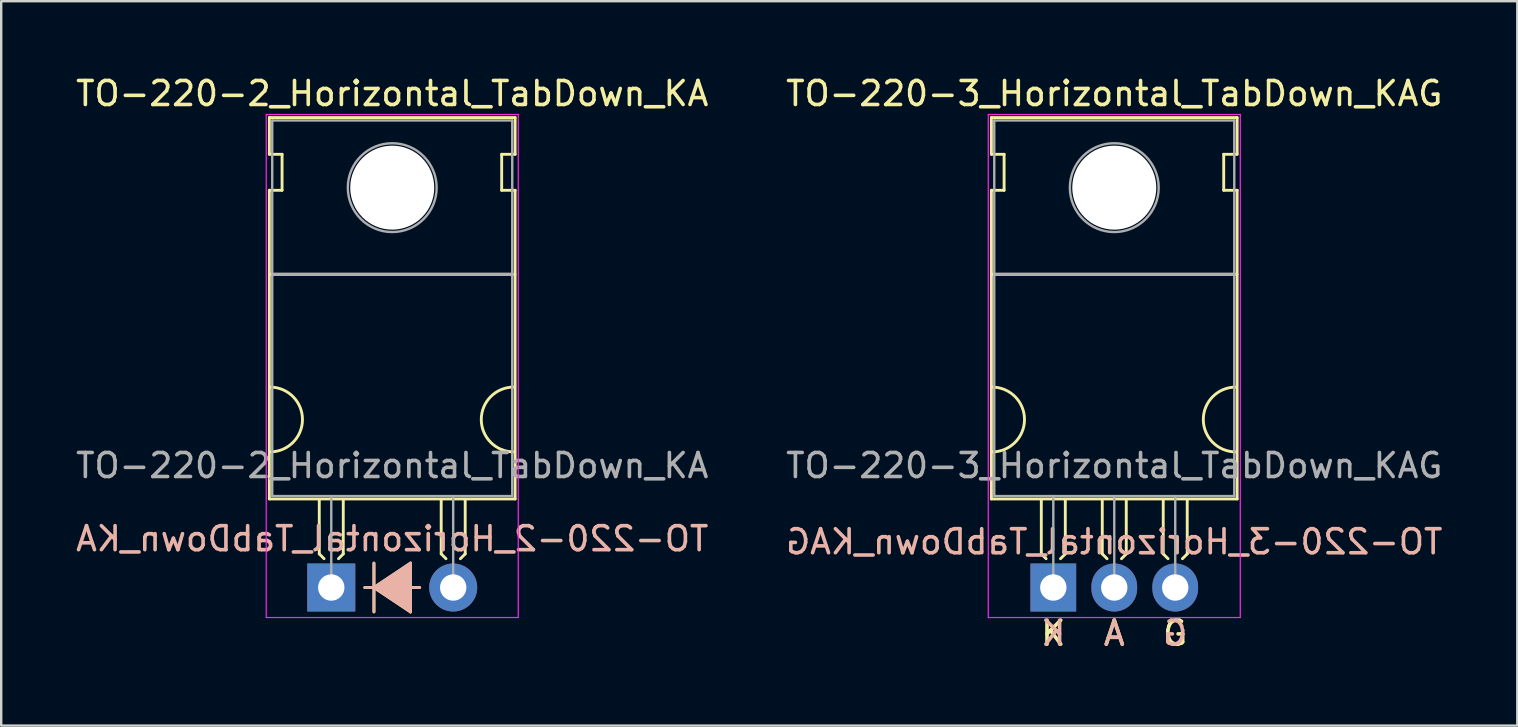
<source format=kicad_pcb>
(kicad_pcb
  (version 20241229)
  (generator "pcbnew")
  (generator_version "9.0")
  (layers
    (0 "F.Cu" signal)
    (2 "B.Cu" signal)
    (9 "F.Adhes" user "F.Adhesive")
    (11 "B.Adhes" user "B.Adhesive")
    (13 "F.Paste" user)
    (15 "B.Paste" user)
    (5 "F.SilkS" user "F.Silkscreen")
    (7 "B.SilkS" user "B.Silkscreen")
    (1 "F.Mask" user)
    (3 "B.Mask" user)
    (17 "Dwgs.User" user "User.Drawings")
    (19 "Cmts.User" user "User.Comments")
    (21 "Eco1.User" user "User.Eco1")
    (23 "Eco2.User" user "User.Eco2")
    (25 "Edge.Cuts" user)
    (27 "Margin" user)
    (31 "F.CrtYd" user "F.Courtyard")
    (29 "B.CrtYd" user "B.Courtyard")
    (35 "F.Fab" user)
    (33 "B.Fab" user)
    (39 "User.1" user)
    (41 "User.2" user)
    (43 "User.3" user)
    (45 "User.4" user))
  (footprint "TO-220-3_Horizontal_TabDown_KAG"
    (layer "F.Cu")
    (at 40.835 21.428)
    (property "Reference" "TO-220-3_Horizontal_TabDown_KAG" (at 2.54 -20.58 0) (layer "F.SilkS") (effects (font (size 1 1) (thickness 0.15))))
    (fp_line (start -2.58 -19.58) (end -2.58 -18.05) (stroke (width 0.12) (type solid)) (layer "F.SilkS"))
    (fp_line (start -2.58 -19.58) (end 7.66 -19.58) (stroke (width 0.12) (type solid)) (layer "F.SilkS"))
    (fp_line (start -2.58 -18.05) (end -2.05 -18.05) (stroke (width 0.12) (type solid)) (layer "F.SilkS"))
    (fp_line (start -2.58 -16.55) (end -2.58 -3.69) (stroke (width 0.12) (type solid)) (layer "F.SilkS"))
    (fp_line (start -2.58 -3.69) (end 7.66 -3.69) (stroke (width 0.12) (type solid)) (layer "F.SilkS"))
    (fp_line (start -2.575 -13.05) (end 7.65 -13.05) (stroke (width 0.12) (type solid)) (layer "F.SilkS"))
    (fp_line (start -2.05 -18.05) (end -2.05 -16.55) (stroke (width 0.12) (type solid)) (layer "F.SilkS"))
    (fp_line (start -2.05 -16.55) (end -2.575 -16.55) (stroke (width 0.12) (type solid)) (layer "F.SilkS"))
    (fp_line (start -0.5 -3.65) (end -0.5 -1.4) (stroke (width 0.12) (type solid)) (layer "F.SilkS"))
    (fp_line (start -0.5 -1.4) (end -0.3 -1.2) (stroke (width 0.12) (type solid)) (layer "F.SilkS"))
    (fp_line (start 0.5 -3.65) (end 0.5 -1.4) (stroke (width 0.12) (type solid)) (layer "F.SilkS"))
    (fp_line (start 0.5 -1.4) (end 0.3 -1.2) (stroke (width 0.12) (type solid)) (layer "F.SilkS"))
    (fp_line (start 2.04 -3.65) (end 2.04 -1.4) (stroke (width 0.12) (type solid)) (layer "F.SilkS"))
    (fp_line (start 2.04 -1.4) (end 2.24 -1.2) (stroke (width 0.12) (type solid)) (layer "F.SilkS"))
    (fp_line (start 3.04 -3.65) (end 3.04 -1.4) (stroke (width 0.12) (type solid)) (layer "F.SilkS"))
    (fp_line (start 3.04 -1.4) (end 2.84 -1.2) (stroke (width 0.12) (type solid)) (layer "F.SilkS"))
    (fp_line (start 4.58 -3.65) (end 4.58 -1.4) (stroke (width 0.12) (type solid)) (layer "F.SilkS"))
    (fp_line (start 4.58 -1.4) (end 4.78 -1.2) (stroke (width 0.12) (type solid)) (layer "F.SilkS"))
    (fp_line (start 5.58 -3.65) (end 5.58 -1.4) (stroke (width 0.12) (type solid)) (layer "F.SilkS"))
    (fp_line (start 5.58 -1.4) (end 5.38 -1.2) (stroke (width 0.12) (type solid)) (layer "F.SilkS"))
    (fp_line (start 7.1 -18.05) (end 7.66 -18.05) (stroke (width 0.12) (type solid)) (layer "F.SilkS"))
    (fp_line (start 7.1 -16.55) (end 7.1 -18.05) (stroke (width 0.12) (type solid)) (layer "F.SilkS"))
    (fp_line (start 7.66 -19.58) (end 7.66 -18.05) (stroke (width 0.12) (type solid)) (layer "F.SilkS"))
    (fp_line (start 7.66 -16.55) (end 7.1 -16.55) (stroke (width 0.12) (type solid)) (layer "F.SilkS"))
    (fp_line (start 7.66 -16.55) (end 7.66 -3.69) (stroke (width 0.12) (type solid)) (layer "F.SilkS"))
    (fp_arc (start -2.55 -8.35) (mid -1.2 -7) (end -2.55 -5.65) (stroke (width 0.12) (type solid)) (layer "F.SilkS"))
    (fp_arc (start 7.6 -5.65) (mid 6.25 -7) (end 7.6 -8.35) (stroke (width 0.12) (type solid)) (layer "F.SilkS"))
    (fp_line (start -2.71 -19.71) (end -2.71 1.25) (stroke (width 0.05) (type solid)) (layer "F.CrtYd"))
    (fp_line (start -2.71 1.25) (end 7.79 1.25) (stroke (width 0.05) (type solid)) (layer "F.CrtYd"))
    (fp_line (start 7.79 -19.71) (end -2.71 -19.71) (stroke (width 0.05) (type solid)) (layer "F.CrtYd"))
    (fp_line (start 7.79 1.25) (end 7.79 -19.71) (stroke (width 0.05) (type solid)) (layer "F.CrtYd"))
    (fp_line (start -2.46 -19.46) (end 7.54 -19.46) (stroke (width 0.1) (type solid)) (layer "F.Fab"))
    (fp_line (start -2.46 -13.06) (end -2.46 -19.46) (stroke (width 0.1) (type solid)) (layer "F.Fab"))
    (fp_line (start -2.46 -13.06) (end 7.54 -13.06) (stroke (width 0.1) (type solid)) (layer "F.Fab"))
    (fp_line (start -2.46 -3.81) (end -2.46 -13.06) (stroke (width 0.1) (type solid)) (layer "F.Fab"))
    (fp_line (start 0 -3.81) (end 0 0) (stroke (width 0.1) (type solid)) (layer "F.Fab"))
    (fp_line (start 2.54 -3.81) (end 2.54 0) (stroke (width 0.1) (type solid)) (layer "F.Fab"))
    (fp_line (start 5.08 -3.81) (end 5.08 0) (stroke (width 0.1) (type solid)) (layer "F.Fab"))
    (fp_line (start 7.54 -19.46) (end 7.54 -13.06) (stroke (width 0.1) (type solid)) (layer "F.Fab"))
    (fp_line (start 7.54 -13.06) (end -2.46 -13.06) (stroke (width 0.1) (type solid)) (layer "F.Fab"))
    (fp_line (start 7.54 -13.06) (end 7.54 -3.81) (stroke (width 0.1) (type solid)) (layer "F.Fab"))
    (fp_line (start 7.54 -3.81) (end -2.46 -3.81) (stroke (width 0.1) (type solid)) (layer "F.Fab"))
    (fp_circle (center 2.54 -16.66) (end 4.39 -16.66) (stroke (width 0.1) (type solid)) (fill no) (layer "F.Fab"))
    (fp_text user "A" (at 2.54 1.905 0) (unlocked yes) (layer "F.SilkS") (effects (font (size 1 1) (thickness 0.15))))
    (fp_text user "G" (at 5.08 1.905 0) (unlocked yes) (layer "F.SilkS") (effects (font (size 1 1) (thickness 0.15))))
    (fp_text user "K" (at 0 1.905 0) (unlocked yes) (layer "F.SilkS") (effects (font (size 1 1) (thickness 0.15))))
    (fp_text user "A" (at 2.54 1.905 0) (unlocked yes) (layer "B.SilkS") (effects (font (size 1 1) (thickness 0.15)) (justify mirror)))
    (fp_text user "${REFERENCE}" (at 2.54 -1.905 0) (layer "B.SilkS") (effects (font (size 1 1) (thickness 0.15)) (justify mirror)))
    (fp_text user "K" (at 0 1.905 0) (unlocked yes) (layer "B.SilkS") (effects (font (size 1 1) (thickness 0.15)) (justify mirror)))
    (fp_text user "G" (at 5.08 1.905 0) (unlocked yes) (layer "B.SilkS") (effects (font (size 1 1) (thickness 0.15)) (justify mirror)))
    (fp_text user "${REFERENCE}" (at 2.54 -5.08 0) (layer "F.Fab") (effects (font (size 1 1) (thickness 0.15))))
    (pad "" np_thru_hole oval (at 2.54 -16.66) (size 3.5 3.5) (drill 3.5) (layers "*.Cu" "*.Mask"))
    (pad "1" thru_hole rect (at 0 0) (size 1.905 2) (drill 1.1) (layers "*.Cu" "*.Mask"))
    (pad "2" thru_hole oval (at 2.54 0) (size 1.905 2) (drill 1.1) (layers "*.Cu" "*.Mask"))
    (pad "3" thru_hole oval (at 5.08 0) (size 1.905 2) (drill 1.1) (layers "*.Cu" "*.Mask")))
  (footprint "TO-220-2_Horizontal_TabDown_KA"
    (layer "F.Cu")
    (at 10.752 21.428)
    (property "Reference" "TO-220-2_Horizontal_TabDown_KA" (at 2.54 -20.58 0) (layer "F.SilkS") (effects (font (size 1 1) (thickness 0.15))))
    (fp_line (start -2.58 -19.58) (end -2.58 -18.05) (stroke (width 0.12) (type solid)) (layer "F.SilkS"))
    (fp_line (start -2.58 -19.58) (end 7.66 -19.58) (stroke (width 0.12) (type solid)) (layer "F.SilkS"))
    (fp_line (start -2.58 -18.05) (end -2.05 -18.05) (stroke (width 0.12) (type solid)) (layer "F.SilkS"))
    (fp_line (start -2.58 -16.55) (end -2.58 -3.69) (stroke (width 0.12) (type solid)) (layer "F.SilkS"))
    (fp_line (start -2.58 -3.69) (end 7.66 -3.69) (stroke (width 0.12) (type solid)) (layer "F.SilkS"))
    (fp_line (start -2.575 -13.05) (end 7.65 -13.05) (stroke (width 0.12) (type solid)) (layer "F.SilkS"))
    (fp_line (start -2.05 -18.05) (end -2.05 -16.55) (stroke (width 0.12) (type solid)) (layer "F.SilkS"))
    (fp_line (start -2.05 -16.55) (end -2.575 -16.55) (stroke (width 0.12) (type solid)) (layer "F.SilkS"))
    (fp_line (start -0.5 -3.65) (end -0.5 -1.4) (stroke (width 0.12) (type solid)) (layer "F.SilkS"))
    (fp_line (start -0.5 -1.4) (end -0.3 -1.2) (stroke (width 0.12) (type solid)) (layer "F.SilkS"))
    (fp_line (start 0.5 -3.65) (end 0.5 -1.4) (stroke (width 0.12) (type solid)) (layer "F.SilkS"))
    (fp_line (start 0.5 -1.4) (end 0.3 -1.2) (stroke (width 0.12) (type solid)) (layer "F.SilkS"))
    (fp_line (start 1.397 0) (end 1.778 0) (stroke (width 0.12) (type solid)) (layer "F.SilkS"))
    (fp_line (start 1.778 0) (end 1.778 -1.016) (stroke (width 0.12) (type solid)) (layer "F.SilkS"))
    (fp_line (start 1.778 0) (end 1.778 1.016) (stroke (width 0.12) (type solid)) (layer "F.SilkS"))
    (fp_line (start 1.778 0) (end 3.302 1.016) (stroke (width 0.12) (type solid)) (layer "F.SilkS"))
    (fp_line (start 3.302 -1.016) (end 1.778 0) (stroke (width 0.12) (type solid)) (layer "F.SilkS"))
    (fp_line (start 3.302 0) (end 3.683 0) (stroke (width 0.12) (type solid)) (layer "F.SilkS"))
    (fp_line (start 3.302 1.016) (end 3.302 -1.016) (stroke (width 0.12) (type solid)) (layer "F.SilkS"))
    (fp_line (start 4.58 -3.65) (end 4.58 -1.4) (stroke (width 0.12) (type solid)) (layer "F.SilkS"))
    (fp_line (start 4.58 -1.4) (end 4.78 -1.2) (stroke (width 0.12) (type solid)) (layer "F.SilkS"))
    (fp_line (start 5.58 -3.65) (end 5.58 -1.4) (stroke (width 0.12) (type solid)) (layer "F.SilkS"))
    (fp_line (start 5.58 -1.4) (end 5.38 -1.2) (stroke (width 0.12) (type solid)) (layer "F.SilkS"))
    (fp_line (start 7.1 -18.05) (end 7.66 -18.05) (stroke (width 0.12) (type solid)) (layer "F.SilkS"))
    (fp_line (start 7.1 -16.55) (end 7.1 -18.05) (stroke (width 0.12) (type solid)) (layer "F.SilkS"))
    (fp_line (start 7.66 -19.58) (end 7.66 -18.05) (stroke (width 0.12) (type solid)) (layer "F.SilkS"))
    (fp_line (start 7.66 -16.55) (end 7.1 -16.55) (stroke (width 0.12) (type solid)) (layer "F.SilkS"))
    (fp_line (start 7.66 -16.55) (end 7.66 -3.69) (stroke (width 0.12) (type solid)) (layer "F.SilkS"))
    (fp_arc (start -2.55 -8.35) (mid -1.2 -7) (end -2.55 -5.65) (stroke (width 0.12) (type solid)) (layer "F.SilkS"))
    (fp_arc (start 7.6 -5.65) (mid 6.25 -7) (end 7.6 -8.35) (stroke (width 0.12) (type solid)) (layer "F.SilkS"))
    (fp_poly (pts (xy 3.3 1) (xy 1.8 0) (xy 3.3 -1)) (stroke (width 0.1) (type solid)) (fill yes) (layer "F.SilkS"))
    (fp_line (start 1.397 0) (end 1.778 0) (stroke (width 0.12) (type solid)) (layer "B.SilkS"))
    (fp_line (start 1.778 0) (end 1.778 -1.016) (stroke (width 0.12) (type solid)) (layer "B.SilkS"))
    (fp_line (start 1.778 0) (end 1.778 1.016) (stroke (width 0.12) (type solid)) (layer "B.SilkS"))
    (fp_line (start 1.778 0) (end 3.302 -1.016) (stroke (width 0.12) (type solid)) (layer "B.SilkS"))
    (fp_line (start 3.302 -1.016) (end 3.302 1.016) (stroke (width 0.12) (type solid)) (layer "B.SilkS"))
    (fp_line (start 3.302 0) (end 3.683 0) (stroke (width 0.12) (type solid)) (layer "B.SilkS"))
    (fp_line (start 3.302 1.016) (end 1.778 0) (stroke (width 0.12) (type solid)) (layer "B.SilkS"))
    (fp_poly (pts (xy 3.3 -1) (xy 1.8 0) (xy 3.3 1)) (stroke (width 0.1) (type solid)) (fill yes) (layer "B.SilkS"))
    (fp_line (start -2.71 -19.71) (end -2.71 1.25) (stroke (width 0.05) (type solid)) (layer "F.CrtYd"))
    (fp_line (start -2.71 1.25) (end 7.79 1.25) (stroke (width 0.05) (type solid)) (layer "F.CrtYd"))
    (fp_line (start 7.79 -19.71) (end -2.71 -19.71) (stroke (width 0.05) (type solid)) (layer "F.CrtYd"))
    (fp_line (start 7.79 1.25) (end 7.79 -19.71) (stroke (width 0.05) (type solid)) (layer "F.CrtYd"))
    (fp_line (start -2.46 -19.46) (end 7.54 -19.46) (stroke (width 0.1) (type solid)) (layer "F.Fab"))
    (fp_line (start -2.46 -13.06) (end -2.46 -19.46) (stroke (width 0.1) (type solid)) (layer "F.Fab"))
    (fp_line (start -2.46 -13.06) (end 7.54 -13.06) (stroke (width 0.1) (type solid)) (layer "F.Fab"))
    (fp_line (start -2.46 -3.81) (end -2.46 -13.06) (stroke (width 0.1) (type solid)) (layer "F.Fab"))
    (fp_line (start 0 -3.81) (end 0 0) (stroke (width 0.1) (type solid)) (layer "F.Fab"))
    (fp_line (start 5.08 -3.81) (end 5.08 0) (stroke (width 0.1) (type solid)) (layer "F.Fab"))
    (fp_line (start 7.54 -19.46) (end 7.54 -13.06) (stroke (width 0.1) (type solid)) (layer "F.Fab"))
    (fp_line (start 7.54 -13.06) (end -2.46 -13.06) (stroke (width 0.1) (type solid)) (layer "F.Fab"))
    (fp_line (start 7.54 -13.06) (end 7.54 -3.81) (stroke (width 0.1) (type solid)) (layer "F.Fab"))
    (fp_line (start 7.54 -3.81) (end -2.46 -3.81) (stroke (width 0.1) (type solid)) (layer "F.Fab"))
    (fp_circle (center 2.54 -16.66) (end 4.39 -16.66) (stroke (width 0.1) (type solid)) (fill no) (layer "F.Fab"))
    (fp_text user "${REFERENCE}" (at 2.54 -2.032 0) (layer "B.SilkS") (effects (font (size 1 1) (thickness 0.15)) (justify mirror)))
    (fp_text user "${REFERENCE}" (at 2.54 -5.08 0) (layer "F.Fab") (effects (font (size 1 1) (thickness 0.15))))
    (pad "" np_thru_hole oval (at 2.54 -16.66) (size 3.5 3.5) (drill 3.5) (layers "*.Cu" "*.Mask"))
    (pad "1" thru_hole rect (at 0 0) (size 2 2) (drill 1.1) (layers "*.Cu" "*.Mask"))
    (pad "2" thru_hole oval (at 5.08 0) (size 2 2) (drill 1.1) (layers "*.Cu" "*.Mask")))
  (gr_rect
    (start -3 -3)
    (end 60.167 27.181)
    (stroke (width 0.1) (type default))
    (fill no)
    (layer "Edge.Cuts")))
</source>
